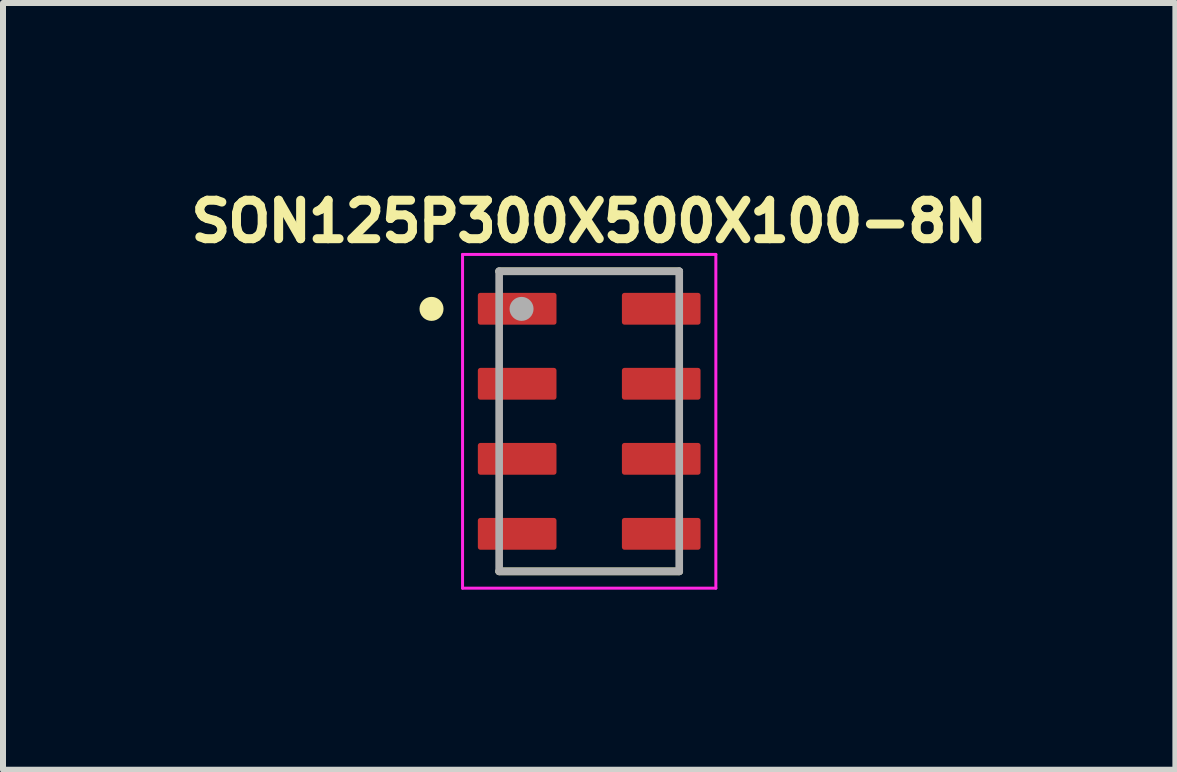
<source format=kicad_pcb>
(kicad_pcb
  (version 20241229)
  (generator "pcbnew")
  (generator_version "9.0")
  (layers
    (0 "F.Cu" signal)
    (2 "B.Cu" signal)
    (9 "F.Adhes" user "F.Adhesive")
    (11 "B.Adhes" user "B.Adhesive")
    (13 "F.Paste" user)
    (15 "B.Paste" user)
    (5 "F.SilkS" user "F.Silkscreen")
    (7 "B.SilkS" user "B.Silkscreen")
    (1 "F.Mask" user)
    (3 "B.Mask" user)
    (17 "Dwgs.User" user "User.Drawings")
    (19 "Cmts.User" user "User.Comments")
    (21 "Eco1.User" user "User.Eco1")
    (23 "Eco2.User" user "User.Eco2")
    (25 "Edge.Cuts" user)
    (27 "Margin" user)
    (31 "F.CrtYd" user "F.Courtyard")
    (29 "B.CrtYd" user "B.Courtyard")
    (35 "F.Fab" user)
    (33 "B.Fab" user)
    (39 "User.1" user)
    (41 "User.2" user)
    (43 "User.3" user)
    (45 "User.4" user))
  (footprint "SON125P300X500X100-8N"
    (layer "F.Cu")
    (at 6.766 3.969)
    (property "Reference" "SON125P300X500X100-8N" (at -0.000003 -3.331 0) (layer "F.SilkS") (effects (font (size 0.641 0.641) (thickness 0.15))))
    (attr smd)
    (fp_line (start -1.5 -2.5) (end 1.5 -2.5) (stroke (width 0.127) (type solid)) (layer "F.SilkS"))
    (fp_line (start -1.5 2.5) (end 1.5 2.5) (stroke (width 0.127) (type solid)) (layer "F.SilkS"))
    (fp_circle (center -2.627 -1.873) (end -2.527 -1.873) (stroke (width 0.2) (type solid)) (fill no) (layer "F.SilkS"))
    (fp_line (start -2.11 -2.78) (end -2.11 2.78) (stroke (width 0.05) (type solid)) (layer "F.CrtYd"))
    (fp_line (start -2.11 2.78) (end 2.11 2.78) (stroke (width 0.05) (type solid)) (layer "F.CrtYd"))
    (fp_line (start 2.11 -2.78) (end -2.11 -2.78) (stroke (width 0.05) (type solid)) (layer "F.CrtYd"))
    (fp_line (start 2.11 2.78) (end 2.11 -2.78) (stroke (width 0.05) (type solid)) (layer "F.CrtYd"))
    (fp_line (start -1.5 -2.5) (end -1.5 2.5) (stroke (width 0.127) (type solid)) (layer "F.Fab"))
    (fp_line (start -1.5 2.5) (end 1.5 2.5) (stroke (width 0.127) (type solid)) (layer "F.Fab"))
    (fp_line (start 1.5 -2.5) (end -1.5 -2.5) (stroke (width 0.127) (type solid)) (layer "F.Fab"))
    (fp_line (start 1.5 2.5) (end 1.5 -2.5) (stroke (width 0.127) (type solid)) (layer "F.Fab"))
    (fp_circle (center -1.127 -1.873) (end -1.027 -1.873) (stroke (width 0.2) (type solid)) (fill no) (layer "F.Fab"))
    (pad "1" smd roundrect (at -1.2 -1.875) (size 1.31 0.53) (layers "F.Cu" "F.Mask" "F.Paste") (roundrect_rratio 0.075))
    (pad "2" smd roundrect (at -1.2 -0.625) (size 1.31 0.53) (layers "F.Cu" "F.Mask" "F.Paste") (roundrect_rratio 0.08))
    (pad "3" smd roundrect (at -1.2 0.625) (size 1.31 0.53) (layers "F.Cu" "F.Mask" "F.Paste") (roundrect_rratio 0.08))
    (pad "4" smd roundrect (at -1.2 1.875) (size 1.31 0.53) (layers "F.Cu" "F.Mask" "F.Paste") (roundrect_rratio 0.08))
    (pad "5" smd roundrect (at 1.2 1.875) (size 1.31 0.53) (layers "F.Cu" "F.Mask" "F.Paste") (roundrect_rratio 0.08))
    (pad "6" smd roundrect (at 1.2 0.625) (size 1.31 0.53) (layers "F.Cu" "F.Mask" "F.Paste") (roundrect_rratio 0.08))
    (pad "7" smd roundrect (at 1.2 -0.625) (size 1.31 0.53) (layers "F.Cu" "F.Mask" "F.Paste") (roundrect_rratio 0.08))
    (pad "8" smd roundrect (at 1.2 -1.875) (size 1.31 0.53) (layers "F.Cu" "F.Mask" "F.Paste") (roundrect_rratio 0.08))
    (zone (net_name "") (layer "F.Cu") (hatch full 0.508) (connect_pads) (min_thickness 0.01) (filled_areas_thickness no) (keepout (tracks not_allowed) (vias not_allowed) (pads not_allowed) (copperpour not_allowed) (footprints allowed)) (placement (enabled no)) (fill) (polygon (pts (xy 4.888 2.531) (xy 8.641 2.531) (xy 8.641 2.905) (xy 4.888 2.905))))
    (zone (net_name "") (layer "F.Cu") (hatch full 0.508) (connect_pads) (min_thickness 0.01) (filled_areas_thickness no) (keepout (tracks not_allowed) (vias not_allowed) (pads not_allowed) (copperpour not_allowed) (footprints allowed)) (placement (enabled no)) (fill) (polygon (pts (xy 4.889 3.781) (xy 8.641 3.781) (xy 8.641 4.157) (xy 4.889 4.157))))
    (zone (net_name "") (layer "F.Cu") (hatch full 0.508) (connect_pads) (min_thickness 0.01) (filled_areas_thickness no) (keepout (tracks not_allowed) (vias not_allowed) (pads not_allowed) (copperpour not_allowed) (footprints allowed)) (placement (enabled no)) (fill) (polygon (pts (xy 4.891 5.031) (xy 8.641 5.031) (xy 8.641 5.407) (xy 4.891 5.407))))
    (zone (net_name "") (layer "F.Cu") (hatch full 0.508) (connect_pads) (min_thickness 0.01) (filled_areas_thickness no) (keepout (tracks not_allowed) (vias not_allowed) (pads not_allowed) (copperpour not_allowed) (footprints allowed)) (placement (enabled no)) (fill) (polygon (pts (xy 6.39 2.064) (xy 7.147 2.064) (xy 7.147 5.905) (xy 6.39 5.905))))
    (zone (net_name "") (layers "F.Cu" "B.Cu") (hatch full 0.508) (connect_pads) (min_thickness 0.01) (filled_areas_thickness no) (keepout (tracks allowed) (vias not_allowed) (pads allowed) (copperpour allowed) (footprints allowed)) (placement (enabled no)) (fill) (polygon (pts (xy 4.889 2.531) (xy 8.641 2.531) (xy 8.641 2.905) (xy 4.889 2.905))))
    (zone (net_name "") (layers "F.Cu" "B.Cu") (hatch full 0.508) (connect_pads) (min_thickness 0.01) (filled_areas_thickness no) (keepout (tracks allowed) (vias not_allowed) (pads allowed) (copperpour allowed) (footprints allowed)) (placement (enabled no)) (fill) (polygon (pts (xy 4.889 5.031) (xy 8.641 5.031) (xy 8.641 5.408) (xy 4.889 5.408))))
    (zone (net_name "") (layers "F.Cu" "B.Cu") (hatch full 0.508) (connect_pads) (min_thickness 0.01) (filled_areas_thickness no) (keepout (tracks allowed) (vias not_allowed) (pads allowed) (copperpour allowed) (footprints allowed)) (placement (enabled no)) (fill) (polygon (pts (xy 4.89 3.781) (xy 8.641 3.781) (xy 8.641 4.157) (xy 4.89 4.157))))
    (zone (net_name "") (layers "F.Cu" "B.Cu") (hatch full 0.508) (connect_pads) (min_thickness 0.01) (filled_areas_thickness no) (keepout (tracks allowed) (vias not_allowed) (pads allowed) (copperpour allowed) (footprints allowed)) (placement (enabled no)) (fill) (polygon (pts (xy 6.391 2.064) (xy 7.147 2.064) (xy 7.147 5.903) (xy 6.391 5.903))))
    (zone (net_name "") (layer "B.Cu") (hatch full 0.508) (connect_pads) (min_thickness 0.01) (filled_areas_thickness no) (keepout (tracks not_allowed) (vias not_allowed) (pads not_allowed) (copperpour not_allowed) (footprints allowed)) (placement (enabled no)) (fill) (polygon (pts (xy 4.889 2.531) (xy 8.641 2.531) (xy 8.641 2.905) (xy 4.889 2.905))))
    (zone (net_name "") (layer "B.Cu") (hatch full 0.508) (connect_pads) (min_thickness 0.01) (filled_areas_thickness no) (keepout (tracks not_allowed) (vias not_allowed) (pads not_allowed) (copperpour not_allowed) (footprints allowed)) (placement (enabled no)) (fill) (polygon (pts (xy 4.889 3.781) (xy 8.641 3.781) (xy 8.641 4.157) (xy 4.889 4.157))))
    (zone (net_name "") (layer "B.Cu") (hatch full 0.508) (connect_pads) (min_thickness 0.01) (filled_areas_thickness no) (keepout (tracks not_allowed) (vias not_allowed) (pads not_allowed) (copperpour not_allowed) (footprints allowed)) (placement (enabled no)) (fill) (polygon (pts (xy 4.889 5.031) (xy 8.641 5.031) (xy 8.641 5.408) (xy 4.889 5.408))))
    (zone (net_name "") (layer "B.Cu") (hatch full 0.508) (connect_pads) (min_thickness 0.01) (filled_areas_thickness no) (keepout (tracks not_allowed) (vias not_allowed) (pads not_allowed) (copperpour not_allowed) (footprints allowed)) (placement (enabled no)) (fill) (polygon (pts (xy 6.39 2.064) (xy 7.147 2.064) (xy 7.147 5.906) (xy 6.39 5.906)))))
  (gr_rect
    (start -3 -3)
    (end 16.532 9.774)
    (stroke (width 0.1) (type default))
    (fill no)
    (layer "Edge.Cuts")))
</source>
